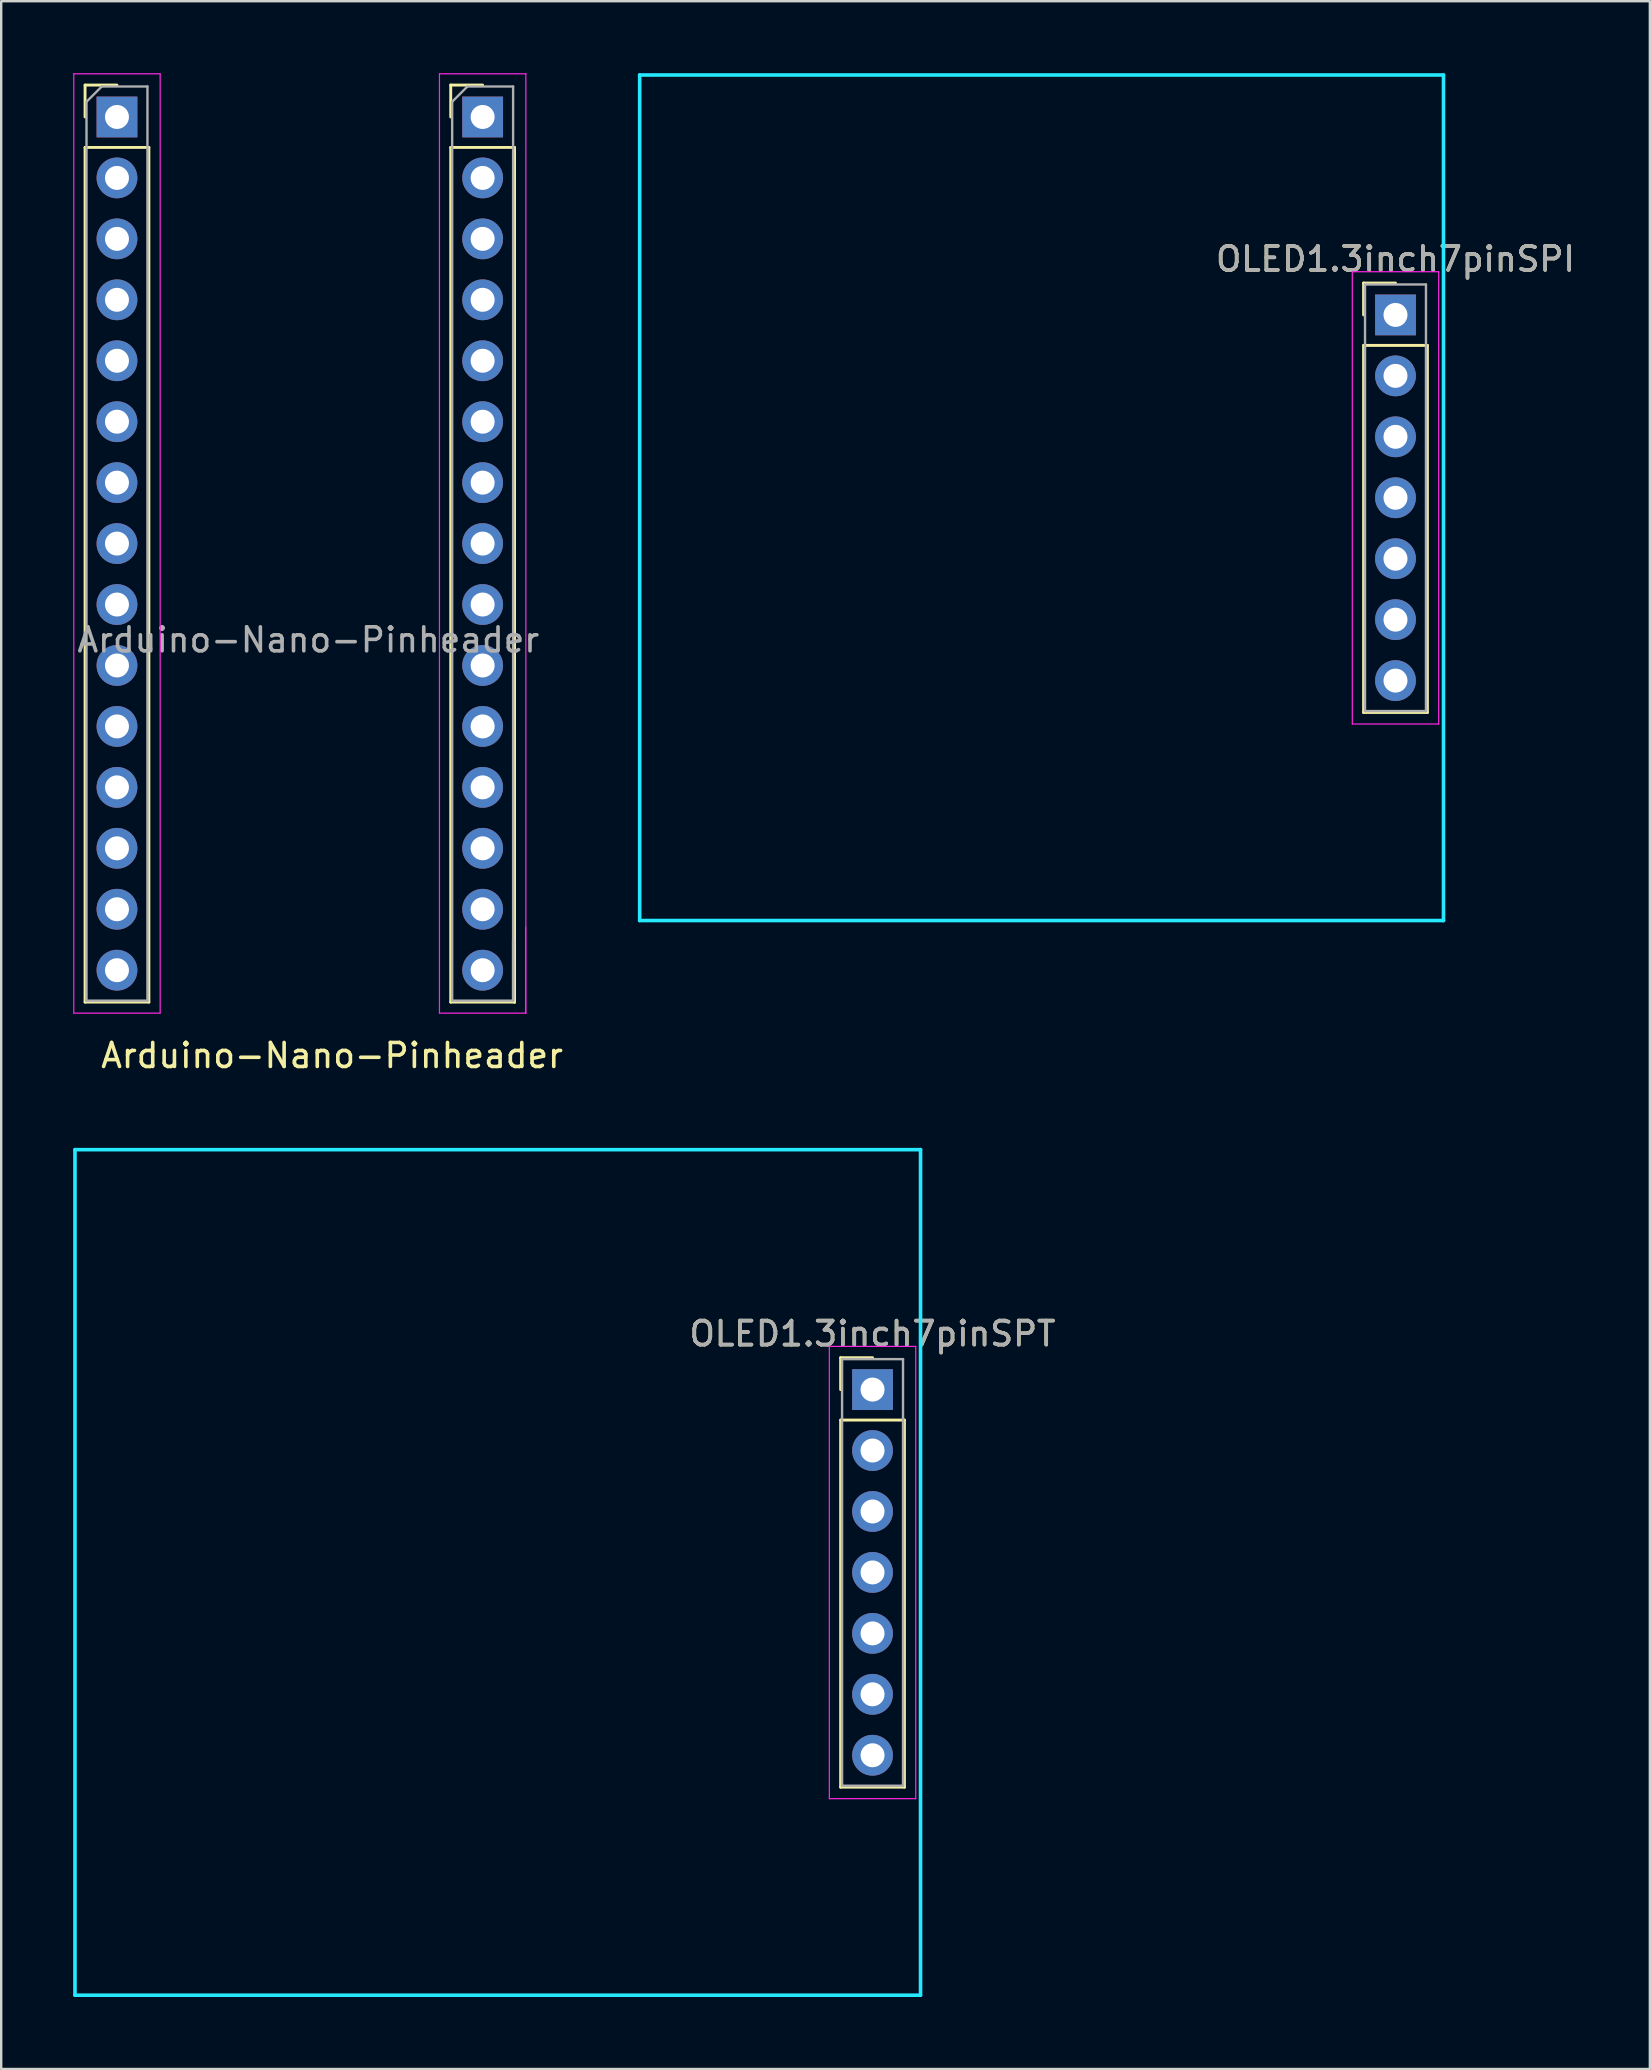
<source format=kicad_pcb>
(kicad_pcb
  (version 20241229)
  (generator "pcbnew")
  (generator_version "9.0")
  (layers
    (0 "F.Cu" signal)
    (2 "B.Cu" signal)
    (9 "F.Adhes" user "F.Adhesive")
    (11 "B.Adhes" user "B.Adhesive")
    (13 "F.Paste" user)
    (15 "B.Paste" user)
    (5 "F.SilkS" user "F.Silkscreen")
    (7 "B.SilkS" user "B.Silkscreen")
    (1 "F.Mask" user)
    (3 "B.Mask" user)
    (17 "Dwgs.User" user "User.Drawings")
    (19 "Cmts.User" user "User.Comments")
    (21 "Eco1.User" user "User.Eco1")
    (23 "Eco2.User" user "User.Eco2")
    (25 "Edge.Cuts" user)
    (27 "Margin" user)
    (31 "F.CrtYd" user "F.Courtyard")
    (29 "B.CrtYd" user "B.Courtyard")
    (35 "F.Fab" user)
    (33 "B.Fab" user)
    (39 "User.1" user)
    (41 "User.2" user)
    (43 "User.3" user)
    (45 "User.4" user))
  (footprint "OLED1.3inch7pinSPT"
    (layer "F.Cu")
    (at 33.315 54.864)
    (property "Reference" "OLED1.3inch7pinSPT" (at 0 -2.33 0) (layer "F.SilkS") (effects (font (size 1 1) (thickness 0.15))))
    (attr through_hole)
    (fp_line (start -1.33 -1.33) (end 0 -1.33) (stroke (width 0.12) (type solid)) (layer "F.SilkS"))
    (fp_line (start -1.33 0) (end -1.33 -1.33) (stroke (width 0.12) (type solid)) (layer "F.SilkS"))
    (fp_line (start -1.33 1.27) (end -1.33 16.57) (stroke (width 0.12) (type solid)) (layer "F.SilkS"))
    (fp_line (start -1.33 16.57) (end 1.33 16.57) (stroke (width 0.12) (type solid)) (layer "F.SilkS"))
    (fp_line (start 1.33 1.27) (end -1.33 1.27) (stroke (width 0.12) (type solid)) (layer "F.SilkS"))
    (fp_line (start 1.33 16.57) (end 1.33 1.27) (stroke (width 0.12) (type solid)) (layer "F.SilkS"))
    (fp_line (start -33.24 -10) (end -33.24 25.24) (stroke (width 0.15) (type solid)) (layer "B.CrtYd"))
    (fp_line (start 2 -10) (end -33.24 -10) (stroke (width 0.15) (type solid)) (layer "B.CrtYd"))
    (fp_line (start 2 -10) (end 2 25.24) (stroke (width 0.15) (type solid)) (layer "B.CrtYd"))
    (fp_line (start 2 25.24) (end -33.24 25.24) (stroke (width 0.15) (type solid)) (layer "B.CrtYd"))
    (fp_line (start -1.8 -1.8) (end -1.8 17.05) (stroke (width 0.05) (type solid)) (layer "F.CrtYd"))
    (fp_line (start -1.8 17.05) (end 1.8 17.05) (stroke (width 0.05) (type solid)) (layer "F.CrtYd"))
    (fp_line (start 1.8 -1.8) (end -1.8 -1.8) (stroke (width 0.05) (type solid)) (layer "F.CrtYd"))
    (fp_line (start 1.8 17.05) (end 1.8 -1.8) (stroke (width 0.05) (type solid)) (layer "F.CrtYd"))
    (fp_line (start -1.27 -1.27) (end -1.27 16.51) (stroke (width 0.1) (type solid)) (layer "F.Fab"))
    (fp_line (start -1.27 16.51) (end 1.27 16.51) (stroke (width 0.1) (type solid)) (layer "F.Fab"))
    (fp_line (start 1.27 -1.27) (end -1.27 -1.27) (stroke (width 0.1) (type solid)) (layer "F.Fab"))
    (fp_line (start 1.27 16.51) (end 1.27 -1.27) (stroke (width 0.1) (type solid)) (layer "F.Fab"))
    (fp_text user "${REFERENCE}" (at 0 -2.33 0) (layer "F.Fab") (effects (font (size 1 1) (thickness 0.15))))
    (pad "1" thru_hole rect (at 0 0) (size 1.7 1.7) (drill 1) (layers "*.Cu" "*.Mask"))
    (pad "2" thru_hole oval (at 0 2.54) (size 1.7 1.7) (drill 1) (layers "*.Cu" "*.Mask"))
    (pad "3" thru_hole oval (at 0 5.08) (size 1.7 1.7) (drill 1) (layers "*.Cu" "*.Mask"))
    (pad "4" thru_hole oval (at 0 7.62) (size 1.7 1.7) (drill 1) (layers "*.Cu" "*.Mask"))
    (pad "5" thru_hole oval (at 0 10.16) (size 1.7 1.7) (drill 1) (layers "*.Cu" "*.Mask"))
    (pad "6" thru_hole oval (at 0 12.7) (size 1.7 1.7) (drill 1) (layers "*.Cu" "*.Mask"))
    (pad "7" thru_hole oval (at 0 15.24) (size 1.7 1.7) (drill 1) (layers "*.Cu" "*.Mask")))
  (footprint "OLED1.3inch7pinSPI"
    (layer "F.Cu")
    (at 55.11 10.075)
    (property "Reference" "OLED1.3inch7pinSPI" (at 0 -2.33 0) (layer "F.SilkS") (effects (font (size 1 1) (thickness 0.15))))
    (attr through_hole)
    (fp_line (start -1.33 -1.33) (end 0 -1.33) (stroke (width 0.12) (type solid)) (layer "F.SilkS"))
    (fp_line (start -1.33 0) (end -1.33 -1.33) (stroke (width 0.12) (type solid)) (layer "F.SilkS"))
    (fp_line (start -1.33 1.27) (end -1.33 16.57) (stroke (width 0.12) (type solid)) (layer "F.SilkS"))
    (fp_line (start -1.33 16.57) (end 1.33 16.57) (stroke (width 0.12) (type solid)) (layer "F.SilkS"))
    (fp_line (start 1.33 1.27) (end -1.33 1.27) (stroke (width 0.12) (type solid)) (layer "F.SilkS"))
    (fp_line (start 1.33 16.57) (end 1.33 1.27) (stroke (width 0.12) (type solid)) (layer "F.SilkS"))
    (fp_line (start -31.5 -10) (end -31.5 25.24) (stroke (width 0.15) (type solid)) (layer "B.CrtYd"))
    (fp_line (start 2 -10) (end -31.5 -10) (stroke (width 0.15) (type solid)) (layer "B.CrtYd"))
    (fp_line (start 2 -10) (end 2 25.24) (stroke (width 0.15) (type solid)) (layer "B.CrtYd"))
    (fp_line (start 2 25.24) (end -31.5 25.24) (stroke (width 0.15) (type solid)) (layer "B.CrtYd"))
    (fp_line (start -1.8 -1.8) (end -1.8 17.05) (stroke (width 0.05) (type solid)) (layer "F.CrtYd"))
    (fp_line (start -1.8 17.05) (end 1.8 17.05) (stroke (width 0.05) (type solid)) (layer "F.CrtYd"))
    (fp_line (start 1.8 -1.8) (end -1.8 -1.8) (stroke (width 0.05) (type solid)) (layer "F.CrtYd"))
    (fp_line (start 1.8 17.05) (end 1.8 -1.8) (stroke (width 0.05) (type solid)) (layer "F.CrtYd"))
    (fp_line (start -1.27 -1.27) (end -1.27 16.51) (stroke (width 0.1) (type solid)) (layer "F.Fab"))
    (fp_line (start -1.27 16.51) (end 1.27 16.51) (stroke (width 0.1) (type solid)) (layer "F.Fab"))
    (fp_line (start 1.27 -1.27) (end -1.27 -1.27) (stroke (width 0.1) (type solid)) (layer "F.Fab"))
    (fp_line (start 1.27 16.51) (end 1.27 -1.27) (stroke (width 0.1) (type solid)) (layer "F.Fab"))
    (fp_text user "${REFERENCE}" (at 0 -2.33 0) (layer "F.Fab") (effects (font (size 1 1) (thickness 0.15))))
    (pad "1" thru_hole rect (at 0 0) (size 1.7 1.7) (drill 1) (layers "*.Cu" "*.Mask"))
    (pad "2" thru_hole oval (at 0 2.54) (size 1.7 1.7) (drill 1) (layers "*.Cu" "*.Mask"))
    (pad "3" thru_hole oval (at 0 5.08) (size 1.7 1.7) (drill 1) (layers "*.Cu" "*.Mask"))
    (pad "4" thru_hole oval (at 0 7.62) (size 1.7 1.7) (drill 1) (layers "*.Cu" "*.Mask"))
    (pad "5" thru_hole oval (at 0 10.16) (size 1.7 1.7) (drill 1) (layers "*.Cu" "*.Mask"))
    (pad "6" thru_hole oval (at 0 12.7) (size 1.7 1.7) (drill 1) (layers "*.Cu" "*.Mask"))
    (pad "7" thru_hole oval (at 0 15.24) (size 1.7 1.7) (drill 1) (layers "*.Cu" "*.Mask")))
  (footprint "Arduino-Nano-Pinheader"
    (layer "F.Cu")
    (at 9.623 22.602)
    (property "Reference" "Arduino-Nano-Pinheader" (at 1.168 18.339 0) (layer "F.SilkS") (effects (font (size 1 1) (thickness 0.15))))
    (attr through_hole)
    (fp_line (start -9.128 -22.107) (end -7.798 -22.107) (stroke (width 0.12) (type solid)) (layer "F.SilkS"))
    (fp_line (start -9.128 -20.777) (end -9.128 -22.107) (stroke (width 0.12) (type solid)) (layer "F.SilkS"))
    (fp_line (start -9.128 -19.507) (end -9.128 16.113) (stroke (width 0.12) (type solid)) (layer "F.SilkS"))
    (fp_line (start -9.128 -19.507) (end -6.468 -19.507) (stroke (width 0.12) (type solid)) (layer "F.SilkS"))
    (fp_line (start -9.128 16.113) (end -6.468 16.113) (stroke (width 0.12) (type solid)) (layer "F.SilkS"))
    (fp_line (start -6.468 -19.507) (end -6.468 16.113) (stroke (width 0.12) (type solid)) (layer "F.SilkS"))
    (fp_line (start 6.112 -22.107) (end 7.442 -22.107) (stroke (width 0.12) (type solid)) (layer "F.SilkS"))
    (fp_line (start 6.112 -20.777) (end 6.112 -22.107) (stroke (width 0.12) (type solid)) (layer "F.SilkS"))
    (fp_line (start 6.112 -19.507) (end 6.112 16.113) (stroke (width 0.12) (type solid)) (layer "F.SilkS"))
    (fp_line (start 6.112 -19.507) (end 8.772 -19.507) (stroke (width 0.12) (type solid)) (layer "F.SilkS"))
    (fp_line (start 6.112 16.113) (end 8.772 16.113) (stroke (width 0.12) (type solid)) (layer "F.SilkS"))
    (fp_line (start 8.772 -19.507) (end 8.772 16.113) (stroke (width 0.12) (type solid)) (layer "F.SilkS"))
    (fp_line (start 8.772 16.113) (end 8.772 13.453) (stroke (width 0.12) (type solid)) (layer "F.SilkS"))
    (fp_line (start -9.598 -22.577) (end -9.598 16.573) (stroke (width 0.05) (type solid)) (layer "F.CrtYd"))
    (fp_line (start -9.598 16.573) (end -5.998 16.573) (stroke (width 0.05) (type solid)) (layer "F.CrtYd"))
    (fp_line (start -5.998 -22.577) (end -9.598 -22.577) (stroke (width 0.05) (type solid)) (layer "F.CrtYd"))
    (fp_line (start -5.998 16.573) (end -5.998 -22.577) (stroke (width 0.05) (type solid)) (layer "F.CrtYd"))
    (fp_line (start 5.642 -22.577) (end 5.642 16.573) (stroke (width 0.05) (type solid)) (layer "F.CrtYd"))
    (fp_line (start 5.642 16.573) (end 9.242 16.573) (stroke (width 0.05) (type solid)) (layer "F.CrtYd"))
    (fp_line (start 9.232 16.583) (end 9.232 12.983) (stroke (width 0.05) (type solid)) (layer "F.CrtYd"))
    (fp_line (start 9.242 -22.577) (end 5.642 -22.577) (stroke (width 0.05) (type solid)) (layer "F.CrtYd"))
    (fp_line (start 9.242 16.573) (end 9.242 -22.577) (stroke (width 0.05) (type solid)) (layer "F.CrtYd"))
    (fp_line (start -9.068 -21.412) (end -8.433 -22.047) (stroke (width 0.1) (type solid)) (layer "F.Fab"))
    (fp_line (start -9.068 16.053) (end -9.068 -21.412) (stroke (width 0.1) (type solid)) (layer "F.Fab"))
    (fp_line (start -8.433 -22.047) (end -6.528 -22.047) (stroke (width 0.1) (type solid)) (layer "F.Fab"))
    (fp_line (start -6.528 -22.047) (end -6.528 16.053) (stroke (width 0.1) (type solid)) (layer "F.Fab"))
    (fp_line (start -6.528 16.053) (end -9.068 16.053) (stroke (width 0.1) (type solid)) (layer "F.Fab"))
    (fp_line (start 6.172 -21.412) (end 6.807 -22.047) (stroke (width 0.1) (type solid)) (layer "F.Fab"))
    (fp_line (start 6.172 16.053) (end 6.172 -21.412) (stroke (width 0.1) (type solid)) (layer "F.Fab"))
    (fp_line (start 6.807 -22.047) (end 8.712 -22.047) (stroke (width 0.1) (type solid)) (layer "F.Fab"))
    (fp_line (start 8.712 -22.047) (end 8.712 16.053) (stroke (width 0.1) (type solid)) (layer "F.Fab"))
    (fp_line (start 8.712 13.513) (end 8.712 16.053) (stroke (width 0.1) (type solid)) (layer "F.Fab"))
    (fp_line (start 8.712 16.053) (end 6.172 16.053) (stroke (width 0.1) (type solid)) (layer "F.Fab"))
    (fp_text user "${REFERENCE}" (at 0.178 1.016 180) (layer "F.Fab") (effects (font (size 1 1) (thickness 0.15))))
    (pad "1" thru_hole rect (at -7.798 -20.777) (size 1.7 1.7) (drill 1) (layers "*.Cu" "*.Mask"))
    (pad "2" thru_hole oval (at -7.798 -18.237) (size 1.7 1.7) (drill 1) (layers "*.Cu" "*.Mask"))
    (pad "3" thru_hole oval (at -7.798 -15.697) (size 1.7 1.7) (drill 1) (layers "*.Cu" "*.Mask"))
    (pad "4" thru_hole oval (at -7.798 -13.157) (size 1.7 1.7) (drill 1) (layers "*.Cu" "*.Mask"))
    (pad "5" thru_hole oval (at -7.798 -10.617) (size 1.7 1.7) (drill 1) (layers "*.Cu" "*.Mask"))
    (pad "6" thru_hole oval (at -7.798 -8.077) (size 1.7 1.7) (drill 1) (layers "*.Cu" "*.Mask"))
    (pad "7" thru_hole oval (at -7.798 -5.537) (size 1.7 1.7) (drill 1) (layers "*.Cu" "*.Mask"))
    (pad "8" thru_hole oval (at -7.798 -2.997) (size 1.7 1.7) (drill 1) (layers "*.Cu" "*.Mask"))
    (pad "9" thru_hole oval (at -7.798 -0.457) (size 1.7 1.7) (drill 1) (layers "*.Cu" "*.Mask"))
    (pad "10" thru_hole oval (at -7.798 2.083) (size 1.7 1.7) (drill 1) (layers "*.Cu" "*.Mask"))
    (pad "11" thru_hole oval (at -7.798 4.623) (size 1.7 1.7) (drill 1) (layers "*.Cu" "*.Mask"))
    (pad "12" thru_hole oval (at -7.798 7.163) (size 1.7 1.7) (drill 1) (layers "*.Cu" "*.Mask"))
    (pad "13" thru_hole oval (at -7.798 9.703) (size 1.7 1.7) (drill 1) (layers "*.Cu" "*.Mask"))
    (pad "14" thru_hole oval (at -7.798 12.243) (size 1.7 1.7) (drill 1) (layers "*.Cu" "*.Mask"))
    (pad "15" thru_hole oval (at -7.798 14.783) (size 1.7 1.7) (drill 1) (layers "*.Cu" "*.Mask"))
    (pad "16" thru_hole oval (at 7.442 14.783) (size 1.7 1.7) (drill 1) (layers "*.Cu" "*.Mask"))
    (pad "17" thru_hole oval (at 7.442 12.243) (size 1.7 1.7) (drill 1) (layers "*.Cu" "*.Mask"))
    (pad "18" thru_hole oval (at 7.442 9.703) (size 1.7 1.7) (drill 1) (layers "*.Cu" "*.Mask"))
    (pad "19" thru_hole oval (at 7.442 7.163) (size 1.7 1.7) (drill 1) (layers "*.Cu" "*.Mask"))
    (pad "20" thru_hole oval (at 7.442 4.623) (size 1.7 1.7) (drill 1) (layers "*.Cu" "*.Mask"))
    (pad "21" thru_hole oval (at 7.442 2.083) (size 1.7 1.7) (drill 1) (layers "*.Cu" "*.Mask"))
    (pad "22" thru_hole oval (at 7.442 -0.457) (size 1.7 1.7) (drill 1) (layers "*.Cu" "*.Mask"))
    (pad "23" thru_hole oval (at 7.442 -2.997) (size 1.7 1.7) (drill 1) (layers "*.Cu" "*.Mask"))
    (pad "24" thru_hole oval (at 7.442 -5.537) (size 1.7 1.7) (drill 1) (layers "*.Cu" "*.Mask"))
    (pad "25" thru_hole oval (at 7.442 -8.077) (size 1.7 1.7) (drill 1) (layers "*.Cu" "*.Mask"))
    (pad "26" thru_hole oval (at 7.442 -10.617) (size 1.7 1.7) (drill 1) (layers "*.Cu" "*.Mask"))
    (pad "27" thru_hole oval (at 7.442 -13.157) (size 1.7 1.7) (drill 1) (layers "*.Cu" "*.Mask"))
    (pad "28" thru_hole oval (at 7.442 -15.697) (size 1.7 1.7) (drill 1) (layers "*.Cu" "*.Mask"))
    (pad "29" thru_hole oval (at 7.442 -18.237) (size 1.7 1.7) (drill 1) (layers "*.Cu" "*.Mask"))
    (pad "30" thru_hole rect (at 7.442 -20.777) (size 1.7 1.7) (drill 1) (layers "*.Cu" "*.Mask")))
  (gr_rect
    (start -3 -3)
    (end 65.711 83.179)
    (stroke (width 0.1) (type default))
    (fill no)
    (layer "Edge.Cuts")))
</source>
